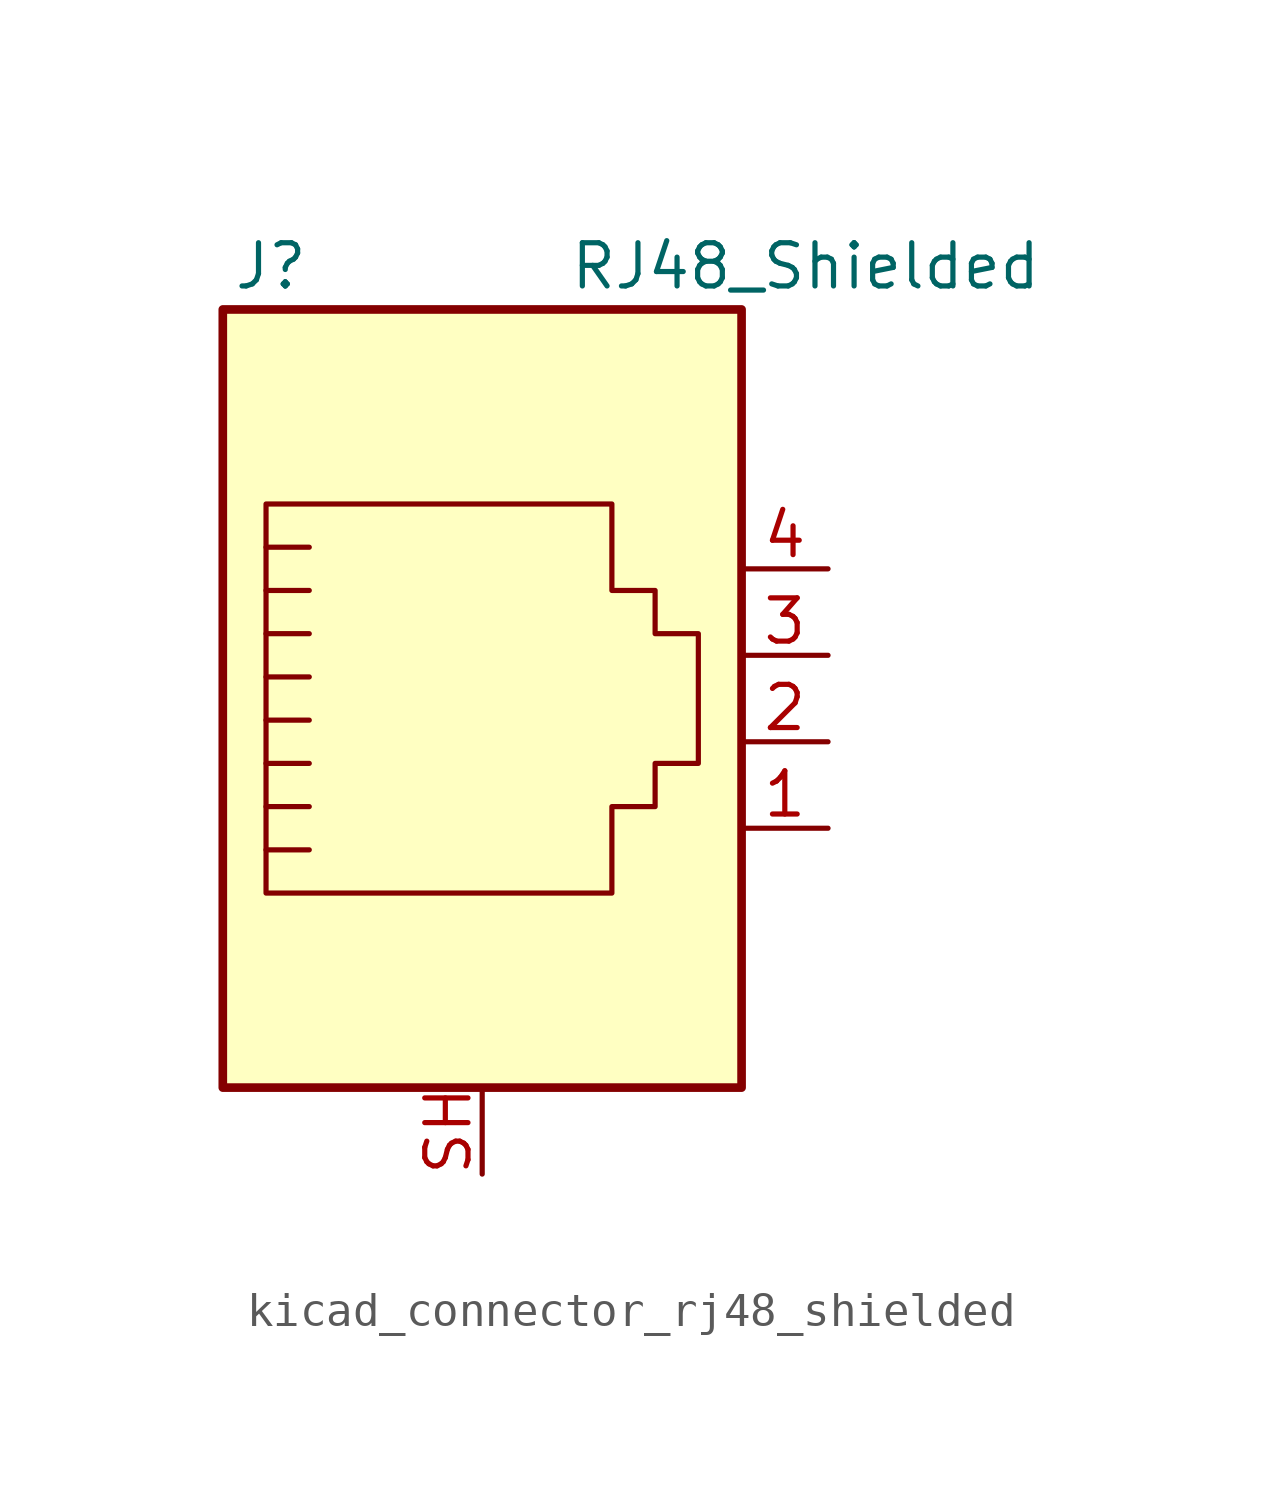
<source format=kicad_sym>
(kicad_symbol_lib
  (version 20220914)
  (generator kicad_symbol_editor)
  (symbol "kicad_connector_rj48_shielded"
    (pin_names
      (offset 1.016))
    (property "Reference" "J"
      (at -5.08 13.97 0)
      (effects (font (size 1.27 1.27)) (justify right)))
    (property "Value" "RJ48_Shielded"
      (at 2.54 13.97 0)
      (effects (font (size 1.27 1.27)) (justify left)))
    (symbol "kicad_connector_rj48_shielded_0_1"
      (polyline (pts (xy -5.08 4.445) (xy -6.35 4.445)) (stroke (width 0) (type default)) (fill (type none)))
      (polyline (pts (xy -5.08 5.715) (xy -6.35 5.715)) (stroke (width 0) (type default)) (fill (type none)))
      (polyline (pts (xy -6.35 -3.175) (xy -5.08 -3.175) (xy -5.08 -3.175)) (stroke (width 0) (type default)) (fill (type none)))
      (polyline (pts (xy -6.35 -1.905) (xy -5.08 -1.905) (xy -5.08 -1.905)) (stroke (width 0) (type default)) (fill (type none)))
      (polyline (pts (xy -6.35 -0.635) (xy -5.08 -0.635) (xy -5.08 -0.635)) (stroke (width 0) (type default)) (fill (type none)))
      (polyline (pts (xy -6.35 0.635) (xy -5.08 0.635) (xy -5.08 0.635)) (stroke (width 0) (type default)) (fill (type none)))
      (polyline (pts (xy -6.35 1.905) (xy -5.08 1.905) (xy -5.08 1.905)) (stroke (width 0) (type default)) (fill (type none)))
      (polyline (pts (xy -5.08 3.175) (xy -6.35 3.175) (xy -6.35 3.175)) (stroke (width 0) (type default)) (fill (type none)))
      (polyline (pts (xy -6.35 -4.445) (xy -6.35 6.985) (xy 3.81 6.985) (xy 3.81 4.445) (xy 5.08 4.445) (xy 5.08 3.175) (xy 6.35 3.175) (xy 6.35 -0.635) (xy 5.08 -0.635) (xy 5.08 -1.905) (xy 3.81 -1.905) (xy 3.81 -4.445) (xy -6.35 -4.445) (xy -6.35 -4.445)) (stroke (width 0) (type default)) (fill (type none)))
      (rectangle (start 7.62 12.7) (end -7.62 -10.16) (stroke (width 0.254) (type default)) (fill (type background))))
    (symbol "kicad_connector_rj48_shielded_1_1"
      (pin passive line (at 10.16 -2.54 180) (length 2.54) (name "~" (effects (font (size 1.27 1.27)))) (number "1" (effects (font (size 1.27 1.27)))))
      (pin passive line (at 10.16 0 180) (length 2.54) (name "~" (effects (font (size 1.27 1.27)))) (number "2" (effects (font (size 1.27 1.27)))))
      (pin passive line (at 10.16 2.54 180) (length 2.54) (name "~" (effects (font (size 1.27 1.27)))) (number "3" (effects (font (size 1.27 1.27)))))
      (pin passive line (at 10.16 5.08 180) (length 2.54) (name "~" (effects (font (size 1.27 1.27)))) (number "4" (effects (font (size 1.27 1.27)))))
      (pin passive line (at 0 -12.7 90) (length 2.54) (name "~" (effects (font (size 1.27 1.27)))) (number "SH" (effects (font (size 1.27 1.27))))))))
</source>
